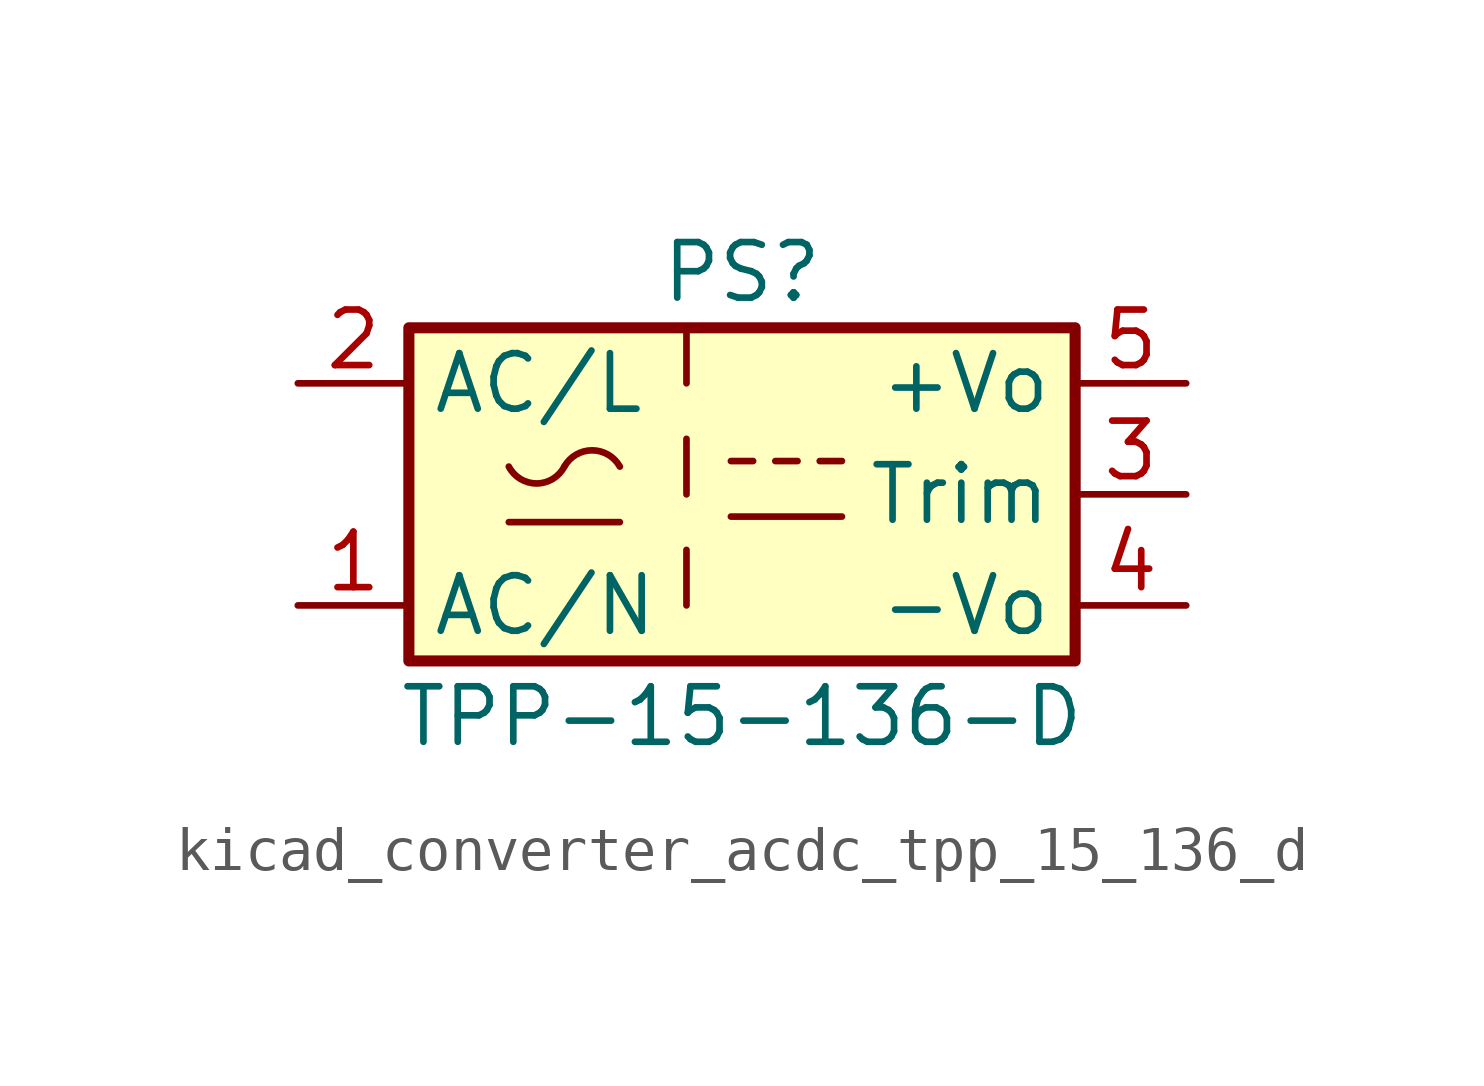
<source format=kicad_sym>
(kicad_symbol_lib
  (version 20220914)
  (generator kicad_symbol_editor)
  (symbol "kicad_converter_acdc_tpp_15_136_d"
    (property "Reference" "PS"
      (at 0 5.08 0)
      (effects (font (size 1.27 1.27))))
    (property "Value" "TPP-15-136-D"
      (at 0 -5.08 0)
      (effects (font (size 1.27 1.27))))
    (symbol "kicad_converter_acdc_tpp_15_136_d_0_1"
      (rectangle (start -7.62 3.81) (end 7.62 -3.81) (stroke (width 0.254) (type default)) (fill (type background)))
      (arc (start -5.334 0.635) (mid -4.699 0.2495) (end -4.064 0.635) (stroke (width 0) (type default)) (fill (type none)))
      (arc (start -2.794 0.635) (mid -3.429 1.0072) (end -4.064 0.635) (stroke (width 0) (type default)) (fill (type none)))
      (polyline (pts (xy -5.334 -0.635) (xy -2.794 -0.635)) (stroke (width 0) (type default)) (fill (type none)))
      (polyline (pts (xy -0.254 -0.508) (xy 2.286 -0.508)) (stroke (width 0) (type default)) (fill (type none)))
      (polyline (pts (xy -0.254 0.762) (xy 0.254 0.762)) (stroke (width 0) (type default)) (fill (type none)))
      (polyline (pts (xy 0.762 0.762) (xy 1.27 0.762)) (stroke (width 0) (type default)) (fill (type none)))
      (polyline (pts (xy 1.778 0.762) (xy 2.286 0.762)) (stroke (width 0) (type default)) (fill (type none))))
    (symbol "kicad_converter_acdc_tpp_15_136_d_1_1"
      (polyline (pts (xy -1.27 -1.27) (xy -1.27 -2.54)) (stroke (width 0) (type default)) (fill (type none)))
      (polyline (pts (xy -1.27 1.27) (xy -1.27 0)) (stroke (width 0) (type default)) (fill (type none)))
      (polyline (pts (xy -1.27 3.81) (xy -1.27 2.54)) (stroke (width 0) (type default)) (fill (type none)))
      (pin power_in line (at -10.16 -2.54 0) (length 2.54) (name "AC/N" (effects (font (size 1.27 1.27)))) (number "1" (effects (font (size 1.27 1.27)))))
      (pin power_in line (at -10.16 2.54 0) (length 2.54) (name "AC/L" (effects (font (size 1.27 1.27)))) (number "2" (effects (font (size 1.27 1.27)))))
      (pin passive line (at 10.16 0 180) (length 2.54) (name "Trim" (effects (font (size 1.27 1.27)))) (number "3" (effects (font (size 1.27 1.27)))))
      (pin power_out line (at 10.16 -2.54 180) (length 2.54) (name "-Vo" (effects (font (size 1.27 1.27)))) (number "4" (effects (font (size 1.27 1.27)))))
      (pin power_out line (at 10.16 2.54 180) (length 2.54) (name "+Vo" (effects (font (size 1.27 1.27)))) (number "5" (effects (font (size 1.27 1.27))))))))
</source>
